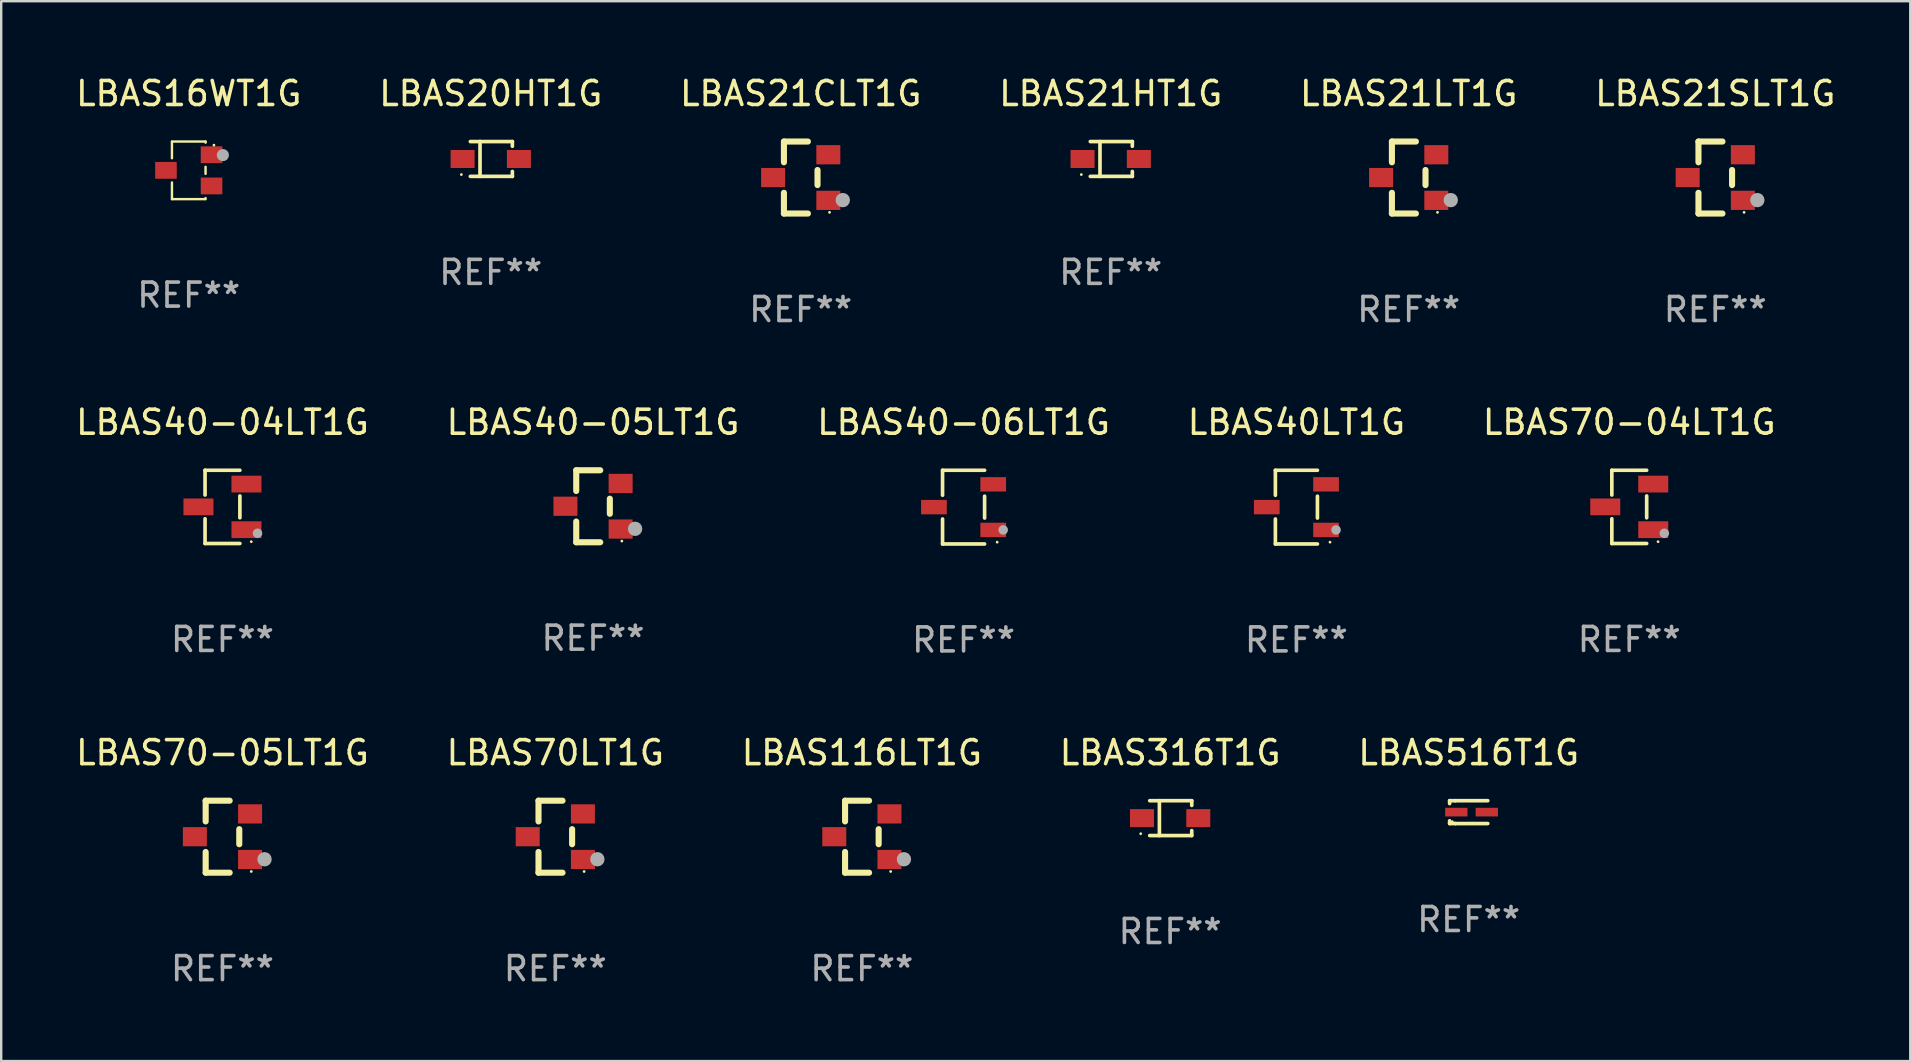
<source format=kicad_pcb>
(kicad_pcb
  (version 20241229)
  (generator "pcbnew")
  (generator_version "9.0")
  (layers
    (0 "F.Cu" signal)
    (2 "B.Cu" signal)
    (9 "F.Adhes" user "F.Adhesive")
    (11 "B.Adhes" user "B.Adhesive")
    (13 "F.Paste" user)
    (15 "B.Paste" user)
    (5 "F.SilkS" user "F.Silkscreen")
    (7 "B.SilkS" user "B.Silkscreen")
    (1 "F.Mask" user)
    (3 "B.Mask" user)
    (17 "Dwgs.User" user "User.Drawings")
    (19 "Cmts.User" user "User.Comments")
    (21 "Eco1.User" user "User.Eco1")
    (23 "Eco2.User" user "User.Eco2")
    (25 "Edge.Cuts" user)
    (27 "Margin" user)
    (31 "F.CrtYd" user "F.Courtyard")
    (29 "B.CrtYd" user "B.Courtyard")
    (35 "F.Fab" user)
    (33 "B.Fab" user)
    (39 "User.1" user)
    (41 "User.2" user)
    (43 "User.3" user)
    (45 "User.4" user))
  (footprint "LBAS40-05LT1G"
    (layer "F.Cu")
    (at 21.661 18.045)
    (property "Reference" "LBAS40-05LT1G" (at 0 -3.5 0) (layer "F.SilkS") (effects (font (size 1 1) (thickness 0.15))))
    (attr through_hole)
    (fp_line (start -0.7 -1.5) (end 0.3 -1.5) (stroke (width 0.254) (type solid)) (layer "F.SilkS"))
    (fp_line (start -0.7 -0.636) (end -0.7 -1.5) (stroke (width 0.254) (type solid)) (layer "F.SilkS"))
    (fp_line (start -0.7 1.5) (end -0.7 0.636) (stroke (width 0.254) (type solid)) (layer "F.SilkS"))
    (fp_line (start -0.7 1.5) (end 0.3 1.5) (stroke (width 0.254) (type solid)) (layer "F.SilkS"))
    (fp_line (start 0.7 0.314) (end 0.7 -0.314) (stroke (width 0.254) (type solid)) (layer "F.SilkS"))
    (fp_circle (center 1.2 1.45) (end 1.23 1.45) (stroke (width 0.06) (type solid)) (fill no) (layer "F.SilkS"))
    (fp_circle (center 1.753 0.94) (end 1.903 0.94) (stroke (width 0.3) (type solid)) (fill no) (layer "F.Fab"))
    (fp_text user "REF**" (at 0 5.5 0) (layer "F.Fab") (effects (font (size 1 1) (thickness 0.15))))
    (pad "1" smd rect (at 1.15 0.95 180) (size 1 0.8) (layers "F.Cu" "F.Mask" "F.Paste"))
    (pad "2" smd rect (at 1.15 -0.95 180) (size 1 0.8) (layers "F.Cu" "F.Mask" "F.Paste"))
    (pad "3" smd rect (at -1.15 -0.000051 180) (size 1 0.8) (layers "F.Cu" "F.Mask" "F.Paste")))
  (footprint "LBAS16WT1G"
    (layer "F.Cu")
    (at 4.815 4.048)
    (property "Reference" "LBAS16WT1G" (at 0 -3.2 0) (layer "F.SilkS") (effects (font (size 1 1) (thickness 0.15))))
    (attr through_hole)
    (fp_line (start -0.7 -1.2) (end 0.7 -1.2) (stroke (width 0.1) (type solid)) (layer "F.SilkS"))
    (fp_line (start -0.7 -0.504) (end -0.7 -1.194) (stroke (width 0.1) (type solid)) (layer "F.SilkS"))
    (fp_line (start -0.7 1.2) (end -0.7 0.504) (stroke (width 0.1) (type solid)) (layer "F.SilkS"))
    (fp_line (start -0.7 1.2) (end 0.68 1.2) (stroke (width 0.1) (type solid)) (layer "F.SilkS"))
    (fp_line (start 0.7 -1.2) (end 0.7 -1.154) (stroke (width 0.1) (type solid)) (layer "F.SilkS"))
    (fp_line (start 0.7 -0.146) (end 0.7 0.146) (stroke (width 0.1) (type solid)) (layer "F.SilkS"))
    (fp_line (start 0.7 1.154) (end 0.7 1.2) (stroke (width 0.1) (type solid)) (layer "F.SilkS"))
    (fp_circle (center 1.05 -1.05) (end 1.08 -1.05) (stroke (width 0.06) (type solid)) (fill no) (layer "F.SilkS"))
    (fp_circle (center 1.422 -0.635) (end 1.549 -0.635) (stroke (width 0.254) (type solid)) (fill no) (layer "F.Fab"))
    (fp_text user "REF**" (at 0 5.2 0) (layer "F.Fab") (effects (font (size 1 1) (thickness 0.15))))
    (pad "1" smd rect (at 0.95 -0.65) (size 0.9 0.7) (layers "F.Cu" "F.Mask" "F.Paste"))
    (pad "2" smd rect (at 0.95 0.65) (size 0.9 0.7) (layers "F.Cu" "F.Mask" "F.Paste"))
    (pad "3" smd rect (at -0.95 0.000013) (size 0.9 0.7) (layers "F.Cu" "F.Mask" "F.Paste")))
  (footprint "LBAS40-04LT1G"
    (layer "F.Cu")
    (at 6.22 18.071)
    (property "Reference" "LBAS40-04LT1G" (at 0 -3.526 0) (layer "F.SilkS") (effects (font (size 1 1) (thickness 0.15))))
    (attr through_hole)
    (fp_line (start -0.726 -1.526) (end -0.726 -0.495) (stroke (width 0.152) (type solid)) (layer "F.SilkS"))
    (fp_line (start -0.726 1.526) (end -0.726 0.495) (stroke (width 0.152) (type solid)) (layer "F.SilkS"))
    (fp_line (start 0.726 -1.526) (end -0.726 -1.526) (stroke (width 0.152) (type solid)) (layer "F.SilkS"))
    (fp_line (start 0.726 -0.455) (end 0.726 0.455) (stroke (width 0.152) (type solid)) (layer "F.SilkS"))
    (fp_line (start 0.726 1.526) (end -0.726 1.526) (stroke (width 0.152) (type solid)) (layer "F.SilkS"))
    (fp_circle (center 1.2 1.45) (end 1.23 1.45) (stroke (width 0.06) (type solid)) (fill no) (layer "F.SilkS"))
    (fp_circle (center 1.46 1.1) (end 1.56 1.1) (stroke (width 0.2) (type solid)) (fill no) (layer "F.Fab"))
    (fp_text user "REF**" (at 0 5.526 0) (layer "F.Fab") (effects (font (size 1 1) (thickness 0.15))))
    (pad "1" smd rect (at 1 0.95) (size 1.25 0.7) (layers "F.Cu" "F.Mask" "F.Paste"))
    (pad "2" smd rect (at 1 -0.95) (size 1.25 0.7) (layers "F.Cu" "F.Mask" "F.Paste"))
    (pad "3" smd rect (at -1 0) (size 1.25 0.7) (layers "F.Cu" "F.Mask" "F.Paste")))
  (footprint "LBAS21HT1G"
    (layer "F.Cu")
    (at 43.232 3.574)
    (property "Reference" "LBAS21HT1G" (at 0 -2.726 0) (layer "F.SilkS") (effects (font (size 1 1) (thickness 0.15))))
    (attr through_hole)
    (fp_line (start -0.851 -0.726) (end 0.901 -0.726) (stroke (width 0.152) (type solid)) (layer "F.SilkS"))
    (fp_line (start -0.851 0.726) (end 0.901 0.726) (stroke (width 0.152) (type solid)) (layer "F.SilkS"))
    (fp_line (start -0.447 -0.726) (end -0.447 0.726) (stroke (width 0.152) (type solid)) (layer "F.SilkS"))
    (fp_line (start 0.901 -0.726) (end 0.901 -0.53) (stroke (width 0.152) (type solid)) (layer "F.SilkS"))
    (fp_line (start 0.901 0.726) (end 0.901 0.52) (stroke (width 0.152) (type solid)) (layer "F.SilkS"))
    (fp_circle (center -1.225 0.65) (end -1.195 0.65) (stroke (width 0.06) (type solid)) (fill no) (layer "F.SilkS"))
    (fp_text user "REF**" (at 0 4.726 0) (layer "F.Fab") (effects (font (size 1 1) (thickness 0.15))))
    (pad "1" smd rect (at -1.173 0) (size 1 0.75) (layers "F.Cu" "F.Mask" "F.Paste"))
    (pad "2" smd rect (at 1.173 0) (size 1 0.75) (layers "F.Cu" "F.Mask" "F.Paste")))
  (footprint "LBAS40-06LT1G"
    (layer "F.Cu")
    (at 37.101 18.081)
    (property "Reference" "LBAS40-06LT1G" (at 0 -3.536 0) (layer "F.SilkS") (effects (font (size 1 1) (thickness 0.15))))
    (attr through_hole)
    (fp_line (start -0.876 -1.536) (end -0.876 -0.495) (stroke (width 0.152) (type solid)) (layer "F.SilkS"))
    (fp_line (start -0.876 1.536) (end -0.876 0.495) (stroke (width 0.152) (type solid)) (layer "F.SilkS"))
    (fp_line (start 0.876 -1.536) (end -0.876 -1.536) (stroke (width 0.152) (type solid)) (layer "F.SilkS"))
    (fp_line (start 0.876 -0.455) (end 0.876 0.455) (stroke (width 0.152) (type solid)) (layer "F.SilkS"))
    (fp_line (start 0.876 1.536) (end -0.876 1.536) (stroke (width 0.152) (type solid)) (layer "F.SilkS"))
    (fp_circle (center 1.4 1.46) (end 1.43 1.46) (stroke (width 0.06) (type solid)) (fill no) (layer "F.SilkS"))
    (fp_circle (center 1.651 0.95) (end 1.751 0.95) (stroke (width 0.2) (type solid)) (fill no) (layer "F.Fab"))
    (fp_text user "REF**" (at 0 5.536 0) (layer "F.Fab") (effects (font (size 1 1) (thickness 0.15))))
    (pad "1" smd rect (at 1.235 0.95) (size 1.07 0.6) (layers "F.Cu" "F.Mask" "F.Paste"))
    (pad "2" smd rect (at 1.235 -0.95) (size 1.07 0.6) (layers "F.Cu" "F.Mask" "F.Paste"))
    (pad "3" smd rect (at -1.235 0) (size 1.07 0.6) (layers "F.Cu" "F.Mask" "F.Paste")))
  (footprint "LBAS21CLT1G"
    (layer "F.Cu")
    (at 30.315 4.348)
    (property "Reference" "LBAS21CLT1G" (at 0 -3.5 0) (layer "F.SilkS") (effects (font (size 1 1) (thickness 0.15))))
    (attr through_hole)
    (fp_line (start -0.7 -1.5) (end 0.3 -1.5) (stroke (width 0.254) (type solid)) (layer "F.SilkS"))
    (fp_line (start -0.7 -0.636) (end -0.7 -1.5) (stroke (width 0.254) (type solid)) (layer "F.SilkS"))
    (fp_line (start -0.7 1.5) (end -0.7 0.636) (stroke (width 0.254) (type solid)) (layer "F.SilkS"))
    (fp_line (start -0.7 1.5) (end 0.3 1.5) (stroke (width 0.254) (type solid)) (layer "F.SilkS"))
    (fp_line (start 0.7 0.314) (end 0.7 -0.314) (stroke (width 0.254) (type solid)) (layer "F.SilkS"))
    (fp_circle (center 1.2 1.45) (end 1.23 1.45) (stroke (width 0.06) (type solid)) (fill no) (layer "F.SilkS"))
    (fp_circle (center 1.753 0.94) (end 1.903 0.94) (stroke (width 0.3) (type solid)) (fill no) (layer "F.Fab"))
    (fp_text user "REF**" (at 0 5.5 0) (layer "F.Fab") (effects (font (size 1 1) (thickness 0.15))))
    (pad "1" smd rect (at 1.15 0.95 180) (size 1 0.8) (layers "F.Cu" "F.Mask" "F.Paste"))
    (pad "2" smd rect (at 1.15 -0.95 180) (size 1 0.8) (layers "F.Cu" "F.Mask" "F.Paste"))
    (pad "3" smd rect (at -1.15 -0.000051 180) (size 1 0.8) (layers "F.Cu" "F.Mask" "F.Paste")))
  (footprint "LBAS316T1G"
    (layer "F.Cu")
    (at 45.708 31.04)
    (property "Reference" "LBAS316T1G" (at 0 -2.726 0) (layer "F.SilkS") (effects (font (size 1 1) (thickness 0.15))))
    (attr through_hole)
    (fp_line (start -0.851 -0.726) (end 0.901 -0.726) (stroke (width 0.152) (type solid)) (layer "F.SilkS"))
    (fp_line (start -0.851 0.726) (end 0.901 0.726) (stroke (width 0.152) (type solid)) (layer "F.SilkS"))
    (fp_line (start -0.447 -0.726) (end -0.447 0.726) (stroke (width 0.152) (type solid)) (layer "F.SilkS"))
    (fp_line (start 0.901 -0.726) (end 0.901 -0.53) (stroke (width 0.152) (type solid)) (layer "F.SilkS"))
    (fp_line (start 0.901 0.726) (end 0.901 0.52) (stroke (width 0.152) (type solid)) (layer "F.SilkS"))
    (fp_circle (center -1.225 0.65) (end -1.195 0.65) (stroke (width 0.06) (type solid)) (fill no) (layer "F.SilkS"))
    (fp_text user "REF**" (at 0 4.726 0) (layer "F.Fab") (effects (font (size 1 1) (thickness 0.15))))
    (pad "1" smd rect (at -1.173 0) (size 1 0.75) (layers "F.Cu" "F.Mask" "F.Paste"))
    (pad "2" smd rect (at 1.173 0) (size 1 0.75) (layers "F.Cu" "F.Mask" "F.Paste")))
  (footprint "LBAS21SLT1G"
    (layer "F.Cu")
    (at 68.423 4.348)
    (property "Reference" "LBAS21SLT1G" (at 0 -3.5 0) (layer "F.SilkS") (effects (font (size 1 1) (thickness 0.15))))
    (attr through_hole)
    (fp_line (start -0.7 -1.5) (end 0.3 -1.5) (stroke (width 0.254) (type solid)) (layer "F.SilkS"))
    (fp_line (start -0.7 -0.636) (end -0.7 -1.5) (stroke (width 0.254) (type solid)) (layer "F.SilkS"))
    (fp_line (start -0.7 1.5) (end -0.7 0.636) (stroke (width 0.254) (type solid)) (layer "F.SilkS"))
    (fp_line (start -0.7 1.5) (end 0.3 1.5) (stroke (width 0.254) (type solid)) (layer "F.SilkS"))
    (fp_line (start 0.7 0.314) (end 0.7 -0.314) (stroke (width 0.254) (type solid)) (layer "F.SilkS"))
    (fp_circle (center 1.2 1.45) (end 1.23 1.45) (stroke (width 0.06) (type solid)) (fill no) (layer "F.SilkS"))
    (fp_circle (center 1.753 0.94) (end 1.903 0.94) (stroke (width 0.3) (type solid)) (fill no) (layer "F.Fab"))
    (fp_text user "REF**" (at 0 5.5 0) (layer "F.Fab") (effects (font (size 1 1) (thickness 0.15))))
    (pad "1" smd rect (at 1.15 0.95 180) (size 1 0.8) (layers "F.Cu" "F.Mask" "F.Paste"))
    (pad "2" smd rect (at 1.15 -0.95 180) (size 1 0.8) (layers "F.Cu" "F.Mask" "F.Paste"))
    (pad "3" smd rect (at -1.15 -0.000051 180) (size 1 0.8) (layers "F.Cu" "F.Mask" "F.Paste")))
  (footprint "LBAS40LT1G"
    (layer "F.Cu")
    (at 50.97 18.081)
    (property "Reference" "LBAS40LT1G" (at 0 -3.536 0) (layer "F.SilkS") (effects (font (size 1 1) (thickness 0.15))))
    (attr through_hole)
    (fp_line (start -0.876 -1.536) (end -0.876 -0.495) (stroke (width 0.152) (type solid)) (layer "F.SilkS"))
    (fp_line (start -0.876 1.536) (end -0.876 0.495) (stroke (width 0.152) (type solid)) (layer "F.SilkS"))
    (fp_line (start 0.876 -1.536) (end -0.876 -1.536) (stroke (width 0.152) (type solid)) (layer "F.SilkS"))
    (fp_line (start 0.876 -0.455) (end 0.876 0.455) (stroke (width 0.152) (type solid)) (layer "F.SilkS"))
    (fp_line (start 0.876 1.536) (end -0.876 1.536) (stroke (width 0.152) (type solid)) (layer "F.SilkS"))
    (fp_circle (center 1.4 1.46) (end 1.43 1.46) (stroke (width 0.06) (type solid)) (fill no) (layer "F.SilkS"))
    (fp_circle (center 1.651 0.95) (end 1.751 0.95) (stroke (width 0.2) (type solid)) (fill no) (layer "F.Fab"))
    (fp_text user "REF**" (at 0 5.536 0) (layer "F.Fab") (effects (font (size 1 1) (thickness 0.15))))
    (pad "1" smd rect (at 1.235 0.95) (size 1.07 0.6) (layers "F.Cu" "F.Mask" "F.Paste"))
    (pad "2" smd rect (at 1.235 -0.95) (size 1.07 0.6) (layers "F.Cu" "F.Mask" "F.Paste"))
    (pad "3" smd rect (at -1.235 0) (size 1.07 0.6) (layers "F.Cu" "F.Mask" "F.Paste")))
  (footprint "LBAS70LT1G"
    (layer "F.Cu")
    (at 20.089 31.814)
    (property "Reference" "LBAS70LT1G" (at 0 -3.5 0) (layer "F.SilkS") (effects (font (size 1 1) (thickness 0.15))))
    (attr through_hole)
    (fp_line (start -0.7 -1.5) (end 0.3 -1.5) (stroke (width 0.254) (type solid)) (layer "F.SilkS"))
    (fp_line (start -0.7 -0.636) (end -0.7 -1.5) (stroke (width 0.254) (type solid)) (layer "F.SilkS"))
    (fp_line (start -0.7 1.5) (end -0.7 0.636) (stroke (width 0.254) (type solid)) (layer "F.SilkS"))
    (fp_line (start -0.7 1.5) (end 0.3 1.5) (stroke (width 0.254) (type solid)) (layer "F.SilkS"))
    (fp_line (start 0.7 0.314) (end 0.7 -0.314) (stroke (width 0.254) (type solid)) (layer "F.SilkS"))
    (fp_circle (center 1.2 1.45) (end 1.23 1.45) (stroke (width 0.06) (type solid)) (fill no) (layer "F.SilkS"))
    (fp_circle (center 1.753 0.94) (end 1.903 0.94) (stroke (width 0.3) (type solid)) (fill no) (layer "F.Fab"))
    (fp_text user "REF**" (at 0 5.5 0) (layer "F.Fab") (effects (font (size 1 1) (thickness 0.15))))
    (pad "1" smd rect (at 1.15 0.95 180) (size 1 0.8) (layers "F.Cu" "F.Mask" "F.Paste"))
    (pad "2" smd rect (at 1.15 -0.95 180) (size 1 0.8) (layers "F.Cu" "F.Mask" "F.Paste"))
    (pad "3" smd rect (at -1.15 -0.000051 180) (size 1 0.8) (layers "F.Cu" "F.Mask" "F.Paste")))
  (footprint "LBAS20HT1G"
    (layer "F.Cu")
    (at 17.399 3.574)
    (property "Reference" "LBAS20HT1G" (at 0 -2.726 0) (layer "F.SilkS") (effects (font (size 1 1) (thickness 0.15))))
    (attr through_hole)
    (fp_line (start -0.851 -0.726) (end 0.901 -0.726) (stroke (width 0.152) (type solid)) (layer "F.SilkS"))
    (fp_line (start -0.851 0.726) (end 0.901 0.726) (stroke (width 0.152) (type solid)) (layer "F.SilkS"))
    (fp_line (start -0.447 -0.726) (end -0.447 0.726) (stroke (width 0.152) (type solid)) (layer "F.SilkS"))
    (fp_line (start 0.901 -0.726) (end 0.901 -0.53) (stroke (width 0.152) (type solid)) (layer "F.SilkS"))
    (fp_line (start 0.901 0.726) (end 0.901 0.52) (stroke (width 0.152) (type solid)) (layer "F.SilkS"))
    (fp_circle (center -1.225 0.65) (end -1.195 0.65) (stroke (width 0.06) (type solid)) (fill no) (layer "F.SilkS"))
    (fp_text user "REF**" (at 0 4.726 0) (layer "F.Fab") (effects (font (size 1 1) (thickness 0.15))))
    (pad "1" smd rect (at -1.173 0) (size 1 0.75) (layers "F.Cu" "F.Mask" "F.Paste"))
    (pad "2" smd rect (at 1.173 0) (size 1 0.75) (layers "F.Cu" "F.Mask" "F.Paste")))
  (footprint "LBAS116LT1G"
    (layer "F.Cu")
    (at 32.863 31.814)
    (property "Reference" "LBAS116LT1G" (at 0 -3.5 0) (layer "F.SilkS") (effects (font (size 1 1) (thickness 0.15))))
    (attr through_hole)
    (fp_line (start -0.7 -1.5) (end 0.3 -1.5) (stroke (width 0.254) (type solid)) (layer "F.SilkS"))
    (fp_line (start -0.7 -0.636) (end -0.7 -1.5) (stroke (width 0.254) (type solid)) (layer "F.SilkS"))
    (fp_line (start -0.7 1.5) (end -0.7 0.636) (stroke (width 0.254) (type solid)) (layer "F.SilkS"))
    (fp_line (start -0.7 1.5) (end 0.3 1.5) (stroke (width 0.254) (type solid)) (layer "F.SilkS"))
    (fp_line (start 0.7 0.314) (end 0.7 -0.314) (stroke (width 0.254) (type solid)) (layer "F.SilkS"))
    (fp_circle (center 1.2 1.45) (end 1.23 1.45) (stroke (width 0.06) (type solid)) (fill no) (layer "F.SilkS"))
    (fp_circle (center 1.753 0.94) (end 1.903 0.94) (stroke (width 0.3) (type solid)) (fill no) (layer "F.Fab"))
    (fp_text user "REF**" (at 0 5.5 0) (layer "F.Fab") (effects (font (size 1 1) (thickness 0.15))))
    (pad "1" smd rect (at 1.15 0.95 180) (size 1 0.8) (layers "F.Cu" "F.Mask" "F.Paste"))
    (pad "2" smd rect (at 1.15 -0.95 180) (size 1 0.8) (layers "F.Cu" "F.Mask" "F.Paste"))
    (pad "3" smd rect (at -1.15 -0.000051 180) (size 1 0.8) (layers "F.Cu" "F.Mask" "F.Paste")))
  (footprint "LBAS516T1G"
    (layer "F.Cu")
    (at 58.149 30.79)
    (property "Reference" "LBAS516T1G" (at 0 -2.476 0) (layer "F.SilkS") (effects (font (size 1 1) (thickness 0.15))))
    (attr through_hole)
    (fp_line (start -0.795 -0.476) (end -0.795 -0.356) (stroke (width 0.152) (type solid)) (layer "F.SilkS"))
    (fp_line (start -0.795 0.363) (end -0.795 0.476) (stroke (width 0.152) (type solid)) (layer "F.SilkS"))
    (fp_line (start -0.795 0.476) (end -0.557 0.476) (stroke (width 0.152) (type solid)) (layer "F.SilkS"))
    (fp_line (start -0.557 -0.476) (end -0.795 -0.476) (stroke (width 0.152) (type solid)) (layer "F.SilkS"))
    (fp_line (start -0.557 -0.476) (end 0.795 -0.476) (stroke (width 0.152) (type solid)) (layer "F.SilkS"))
    (fp_line (start -0.557 0.476) (end 0.795 0.476) (stroke (width 0.152) (type solid)) (layer "F.SilkS"))
    (fp_circle (center -0.681 0.4) (end -0.651 0.4) (stroke (width 0.06) (type solid)) (fill no) (layer "F.SilkS"))
    (fp_text user "REF**" (at 0 4.476 0) (layer "F.Fab") (effects (font (size 1 1) (thickness 0.15))))
    (pad "1" smd rect (at -0.516 0 180) (size 0.93 0.36) (layers "F.Cu" "F.Mask" "F.Paste"))
    (pad "2" smd rect (at 0.754 0 180) (size 0.93 0.36) (layers "F.Cu" "F.Mask" "F.Paste")))
  (footprint "LBAS70-04LT1G"
    (layer "F.Cu")
    (at 64.839 18.071)
    (property "Reference" "LBAS70-04LT1G" (at 0 -3.526 0) (layer "F.SilkS") (effects (font (size 1 1) (thickness 0.15))))
    (attr through_hole)
    (fp_line (start -0.726 -1.526) (end -0.726 -0.495) (stroke (width 0.152) (type solid)) (layer "F.SilkS"))
    (fp_line (start -0.726 1.526) (end -0.726 0.495) (stroke (width 0.152) (type solid)) (layer "F.SilkS"))
    (fp_line (start 0.726 -1.526) (end -0.726 -1.526) (stroke (width 0.152) (type solid)) (layer "F.SilkS"))
    (fp_line (start 0.726 -0.455) (end 0.726 0.455) (stroke (width 0.152) (type solid)) (layer "F.SilkS"))
    (fp_line (start 0.726 1.526) (end -0.726 1.526) (stroke (width 0.152) (type solid)) (layer "F.SilkS"))
    (fp_circle (center 1.2 1.45) (end 1.23 1.45) (stroke (width 0.06) (type solid)) (fill no) (layer "F.SilkS"))
    (fp_circle (center 1.46 1.1) (end 1.56 1.1) (stroke (width 0.2) (type solid)) (fill no) (layer "F.Fab"))
    (fp_text user "REF**" (at 0 5.526 0) (layer "F.Fab") (effects (font (size 1 1) (thickness 0.15))))
    (pad "1" smd rect (at 1 0.95) (size 1.25 0.7) (layers "F.Cu" "F.Mask" "F.Paste"))
    (pad "2" smd rect (at 1 -0.95) (size 1.25 0.7) (layers "F.Cu" "F.Mask" "F.Paste"))
    (pad "3" smd rect (at -1 0) (size 1.25 0.7) (layers "F.Cu" "F.Mask" "F.Paste")))
  (footprint "LBAS70-05LT1G"
    (layer "F.Cu")
    (at 6.22 31.814)
    (property "Reference" "LBAS70-05LT1G" (at 0 -3.5 0) (layer "F.SilkS") (effects (font (size 1 1) (thickness 0.15))))
    (attr through_hole)
    (fp_line (start -0.7 -1.5) (end 0.3 -1.5) (stroke (width 0.254) (type solid)) (layer "F.SilkS"))
    (fp_line (start -0.7 -0.636) (end -0.7 -1.5) (stroke (width 0.254) (type solid)) (layer "F.SilkS"))
    (fp_line (start -0.7 1.5) (end -0.7 0.636) (stroke (width 0.254) (type solid)) (layer "F.SilkS"))
    (fp_line (start -0.7 1.5) (end 0.3 1.5) (stroke (width 0.254) (type solid)) (layer "F.SilkS"))
    (fp_line (start 0.7 0.314) (end 0.7 -0.314) (stroke (width 0.254) (type solid)) (layer "F.SilkS"))
    (fp_circle (center 1.2 1.45) (end 1.23 1.45) (stroke (width 0.06) (type solid)) (fill no) (layer "F.SilkS"))
    (fp_circle (center 1.753 0.94) (end 1.903 0.94) (stroke (width 0.3) (type solid)) (fill no) (layer "F.Fab"))
    (fp_text user "REF**" (at 0 5.5 0) (layer "F.Fab") (effects (font (size 1 1) (thickness 0.15))))
    (pad "1" smd rect (at 1.15 0.95 180) (size 1 0.8) (layers "F.Cu" "F.Mask" "F.Paste"))
    (pad "2" smd rect (at 1.15 -0.95 180) (size 1 0.8) (layers "F.Cu" "F.Mask" "F.Paste"))
    (pad "3" smd rect (at -1.15 -0.000051 180) (size 1 0.8) (layers "F.Cu" "F.Mask" "F.Paste")))
  (footprint "LBAS21LT1G"
    (layer "F.Cu")
    (at 55.649 4.348)
    (property "Reference" "LBAS21LT1G" (at 0 -3.5 0) (layer "F.SilkS") (effects (font (size 1 1) (thickness 0.15))))
    (attr through_hole)
    (fp_line (start -0.7 -1.5) (end 0.3 -1.5) (stroke (width 0.254) (type solid)) (layer "F.SilkS"))
    (fp_line (start -0.7 -0.636) (end -0.7 -1.5) (stroke (width 0.254) (type solid)) (layer "F.SilkS"))
    (fp_line (start -0.7 1.5) (end -0.7 0.636) (stroke (width 0.254) (type solid)) (layer "F.SilkS"))
    (fp_line (start -0.7 1.5) (end 0.3 1.5) (stroke (width 0.254) (type solid)) (layer "F.SilkS"))
    (fp_line (start 0.7 0.314) (end 0.7 -0.314) (stroke (width 0.254) (type solid)) (layer "F.SilkS"))
    (fp_circle (center 1.2 1.45) (end 1.23 1.45) (stroke (width 0.06) (type solid)) (fill no) (layer "F.SilkS"))
    (fp_circle (center 1.753 0.94) (end 1.903 0.94) (stroke (width 0.3) (type solid)) (fill no) (layer "F.Fab"))
    (fp_text user "REF**" (at 0 5.5 0) (layer "F.Fab") (effects (font (size 1 1) (thickness 0.15))))
    (pad "1" smd rect (at 1.15 0.95 180) (size 1 0.8) (layers "F.Cu" "F.Mask" "F.Paste"))
    (pad "2" smd rect (at 1.15 -0.95 180) (size 1 0.8) (layers "F.Cu" "F.Mask" "F.Paste"))
    (pad "3" smd rect (at -1.15 -0.000051 180) (size 1 0.8) (layers "F.Cu" "F.Mask" "F.Paste")))
  (gr_rect
    (start -3 -3)
    (end 76.548 41.162)
    (stroke (width 0.1) (type default))
    (fill no)
    (layer "Edge.Cuts")))
</source>
